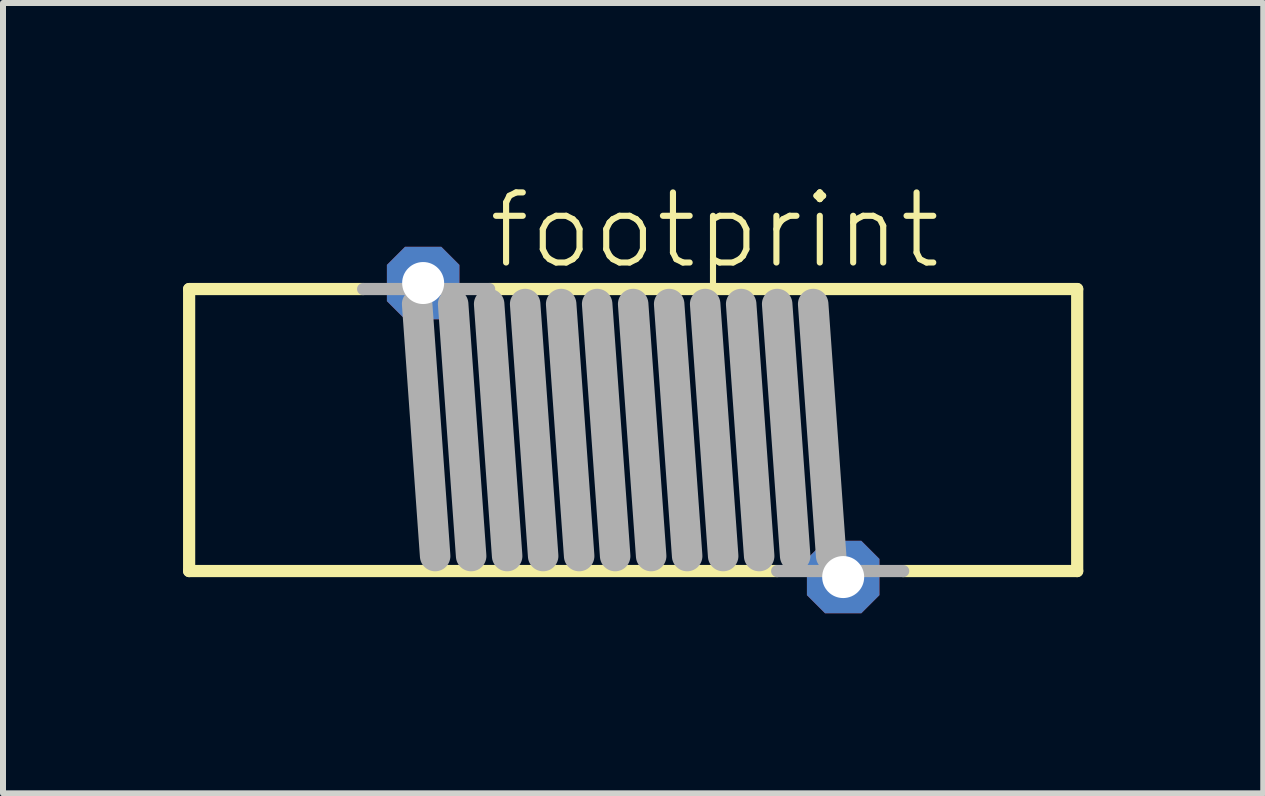
<source format=kicad_pcb>
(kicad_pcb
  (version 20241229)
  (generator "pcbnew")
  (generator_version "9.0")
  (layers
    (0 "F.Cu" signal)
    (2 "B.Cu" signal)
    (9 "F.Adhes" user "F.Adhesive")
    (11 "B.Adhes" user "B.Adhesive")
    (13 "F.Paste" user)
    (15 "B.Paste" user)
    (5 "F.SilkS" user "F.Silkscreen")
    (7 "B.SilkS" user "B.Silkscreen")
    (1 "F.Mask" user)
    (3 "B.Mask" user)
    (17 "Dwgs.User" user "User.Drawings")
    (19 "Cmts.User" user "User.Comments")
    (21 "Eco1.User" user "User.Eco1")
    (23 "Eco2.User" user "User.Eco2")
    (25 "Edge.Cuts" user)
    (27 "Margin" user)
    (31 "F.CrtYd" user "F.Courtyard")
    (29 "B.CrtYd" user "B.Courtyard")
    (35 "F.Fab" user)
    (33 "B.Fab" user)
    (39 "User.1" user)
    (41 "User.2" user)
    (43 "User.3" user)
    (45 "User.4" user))
  (footprint "footprint"
    (layer "F.Cu")
    (at 7.502 4.117)
    (property "Reference" "footprint" (at -2.463 -2.644 0) (layer "F.SilkS") (effects (font (size 1.168 1.168) (thickness 0.102)) (justify left bottom)))
    (fp_line (start -7.4 -2.35) (end -4.5 -2.35) (stroke (width 0.203) (type solid)) (layer "F.SilkS"))
    (fp_line (start -7.4 2.35) (end -7.4 -2.35) (stroke (width 0.203) (type solid)) (layer "F.SilkS"))
    (fp_line (start -2.4 -2.35) (end 7.4 -2.35) (stroke (width 0.203) (type solid)) (layer "F.SilkS"))
    (fp_line (start 2.4 2.35) (end -7.4 2.35) (stroke (width 0.203) (type solid)) (layer "F.SilkS"))
    (fp_line (start 7.4 -2.35) (end 7.4 2.35) (stroke (width 0.203) (type solid)) (layer "F.SilkS"))
    (fp_line (start 7.4 2.35) (end 4.5 2.35) (stroke (width 0.203) (type solid)) (layer "F.SilkS"))
    (fp_line (start -4.5 -2.35) (end -2.4 -2.35) (stroke (width 0.203) (type solid)) (layer "F.Fab"))
    (fp_line (start -3.3 2.1) (end -3.6 -2.1) (stroke (width 0.508) (type solid)) (layer "F.Fab"))
    (fp_line (start -2.7 2.1) (end -3 -2.1) (stroke (width 0.508) (type solid)) (layer "F.Fab"))
    (fp_line (start -2.1 2.1) (end -2.4 -2.1) (stroke (width 0.508) (type solid)) (layer "F.Fab"))
    (fp_line (start -1.5 2.1) (end -1.8 -2.1) (stroke (width 0.508) (type solid)) (layer "F.Fab"))
    (fp_line (start -0.9 2.1) (end -1.2 -2.1) (stroke (width 0.508) (type solid)) (layer "F.Fab"))
    (fp_line (start -0.3 2.1) (end -0.6 -2.1) (stroke (width 0.508) (type solid)) (layer "F.Fab"))
    (fp_line (start 0.3 2.1) (end 0 -2.1) (stroke (width 0.508) (type solid)) (layer "F.Fab"))
    (fp_line (start 0.9 2.1) (end 0.6 -2.1) (stroke (width 0.508) (type solid)) (layer "F.Fab"))
    (fp_line (start 1.5 2.1) (end 1.2 -2.1) (stroke (width 0.508) (type solid)) (layer "F.Fab"))
    (fp_line (start 2.1 2.1) (end 1.8 -2.1) (stroke (width 0.508) (type solid)) (layer "F.Fab"))
    (fp_line (start 2.7 2.1) (end 2.4 -2.1) (stroke (width 0.508) (type solid)) (layer "F.Fab"))
    (fp_line (start 3.3 2.1) (end 3 -2.1) (stroke (width 0.508) (type solid)) (layer "F.Fab"))
    (fp_line (start 4.5 2.35) (end 2.4 2.35) (stroke (width 0.203) (type solid)) (layer "F.Fab"))
    (pad "1" thru_hole roundrect (at 3.5 2.45) (size 1.208 1.208) (drill 0.7) (layers "*.Cu" "*.Mask") (roundrect_rratio 0.25) (chamfer_ratio 0.25) (chamfer top_left top_right bottom_left bottom_right))
    (pad "2" thru_hole roundrect (at -3.5 -2.45) (size 1.208 1.208) (drill 0.7) (layers "*.Cu" "*.Mask") (roundrect_rratio 0.25) (chamfer_ratio 0.25) (chamfer top_left top_right bottom_left bottom_right)))
  (gr_rect
    (start -3 -3)
    (end 18.003 10.171)
    (stroke (width 0.1) (type default))
    (fill no)
    (layer "Edge.Cuts")))
</source>
